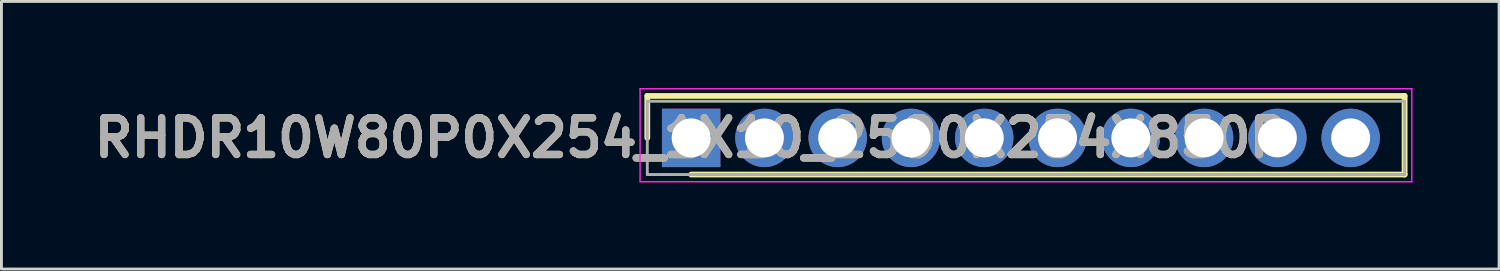
<source format=kicad_pcb>
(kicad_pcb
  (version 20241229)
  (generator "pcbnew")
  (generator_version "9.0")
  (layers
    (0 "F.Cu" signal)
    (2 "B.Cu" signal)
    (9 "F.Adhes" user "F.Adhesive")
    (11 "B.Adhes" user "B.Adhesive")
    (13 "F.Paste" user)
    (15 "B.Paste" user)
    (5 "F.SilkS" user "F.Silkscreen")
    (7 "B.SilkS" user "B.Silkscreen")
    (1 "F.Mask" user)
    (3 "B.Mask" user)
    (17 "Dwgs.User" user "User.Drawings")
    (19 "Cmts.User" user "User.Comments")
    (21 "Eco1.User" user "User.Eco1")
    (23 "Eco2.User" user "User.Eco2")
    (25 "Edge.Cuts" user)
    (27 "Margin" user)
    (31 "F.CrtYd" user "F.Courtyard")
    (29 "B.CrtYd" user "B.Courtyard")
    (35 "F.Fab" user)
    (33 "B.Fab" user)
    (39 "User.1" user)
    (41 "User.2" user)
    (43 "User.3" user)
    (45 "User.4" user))
  (footprint "RHDR10W80P0X254_1X10_2590X254X850P"
    (layer "F.Cu")
    (at 20.907 1.73)
    (property "Reference" "RHDR10W80P0X254_1X10_2590X254X850P" (at 0 0 0) (layer "F.SilkS") (effects (font (size 1.27 1.27) (thickness 0.254))))
    (attr through_hole)
    (fp_line (start -1.52 -1.455) (end -1.52 0) (stroke (width 0.2) (type solid)) (layer "F.SilkS"))
    (fp_line (start 0 1.27) (end 24.73 1.27) (stroke (width 0.2) (type solid)) (layer "F.SilkS"))
    (fp_line (start 24.73 -1.455) (end -1.52 -1.455) (stroke (width 0.2) (type solid)) (layer "F.SilkS"))
    (fp_line (start 24.73 1.27) (end 24.73 -1.455) (stroke (width 0.2) (type solid)) (layer "F.SilkS"))
    (fp_line (start -1.77 -1.705) (end 24.98 -1.705) (stroke (width 0.05) (type solid)) (layer "F.CrtYd"))
    (fp_line (start -1.77 1.52) (end -1.77 -1.705) (stroke (width 0.05) (type solid)) (layer "F.CrtYd"))
    (fp_line (start 24.98 -1.705) (end 24.98 1.52) (stroke (width 0.05) (type solid)) (layer "F.CrtYd"))
    (fp_line (start 24.98 1.52) (end -1.77 1.52) (stroke (width 0.05) (type solid)) (layer "F.CrtYd"))
    (fp_line (start -1.52 -1.27) (end 24.73 -1.27) (stroke (width 0.1) (type solid)) (layer "F.Fab"))
    (fp_line (start -1.52 1.27) (end -1.52 -1.27) (stroke (width 0.1) (type solid)) (layer "F.Fab"))
    (fp_line (start 24.73 -1.27) (end 24.73 1.27) (stroke (width 0.1) (type solid)) (layer "F.Fab"))
    (fp_line (start 24.73 1.27) (end -1.52 1.27) (stroke (width 0.1) (type solid)) (layer "F.Fab"))
    (fp_text user "${REFERENCE}" (at 0 0 0) (layer "F.Fab") (effects (font (size 1.27 1.27) (thickness 0.254))))
    (pad "1" thru_hole rect (at 0 0) (size 2.025 2.025) (drill 1.35) (layers "*.Cu" "*.Mask"))
    (pad "2" thru_hole circle (at 2.54 0) (size 2.025 2.025) (drill 1.35) (layers "*.Cu" "*.Mask"))
    (pad "3" thru_hole circle (at 5.08 0) (size 2.025 2.025) (drill 1.35) (layers "*.Cu" "*.Mask"))
    (pad "4" thru_hole circle (at 7.62 0) (size 2.025 2.025) (drill 1.35) (layers "*.Cu" "*.Mask"))
    (pad "5" thru_hole circle (at 10.16 0) (size 2.025 2.025) (drill 1.35) (layers "*.Cu" "*.Mask"))
    (pad "6" thru_hole circle (at 12.7 0) (size 2.025 2.025) (drill 1.35) (layers "*.Cu" "*.Mask"))
    (pad "7" thru_hole circle (at 15.24 0) (size 2.025 2.025) (drill 1.35) (layers "*.Cu" "*.Mask"))
    (pad "8" thru_hole circle (at 17.78 0) (size 2.025 2.025) (drill 1.35) (layers "*.Cu" "*.Mask"))
    (pad "9" thru_hole circle (at 20.32 0) (size 2.025 2.025) (drill 1.35) (layers "*.Cu" "*.Mask"))
    (pad "10" thru_hole circle (at 22.86 0) (size 2.025 2.025) (drill 1.35) (layers "*.Cu" "*.Mask")))
  (gr_rect
    (start -3 -3)
    (end 48.912 6.275)
    (stroke (width 0.1) (type default))
    (fill no)
    (layer "Edge.Cuts")))
</source>
